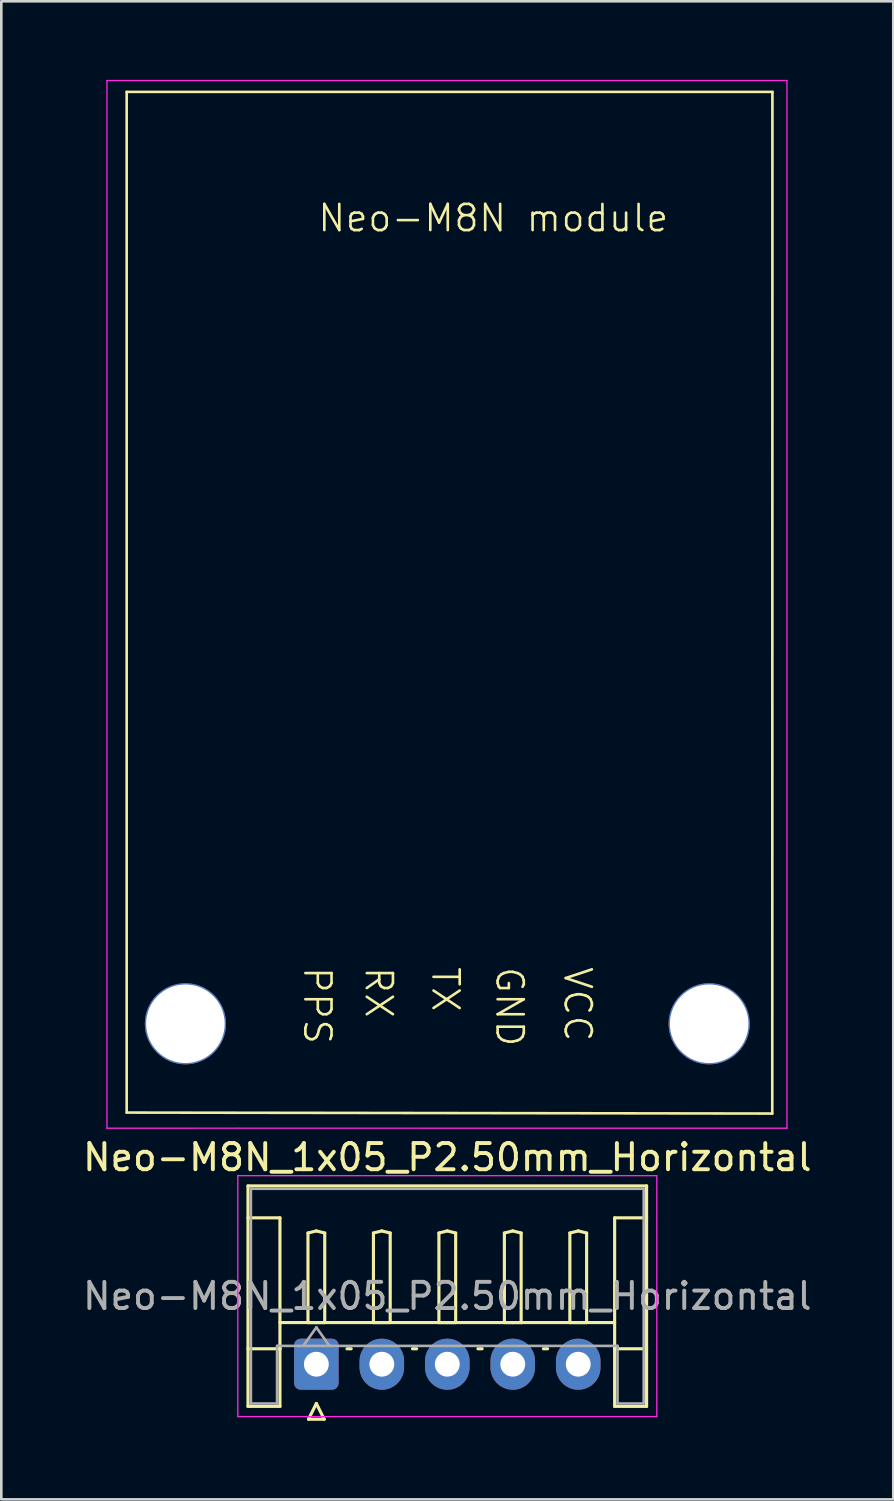
<source format=kicad_pcb>
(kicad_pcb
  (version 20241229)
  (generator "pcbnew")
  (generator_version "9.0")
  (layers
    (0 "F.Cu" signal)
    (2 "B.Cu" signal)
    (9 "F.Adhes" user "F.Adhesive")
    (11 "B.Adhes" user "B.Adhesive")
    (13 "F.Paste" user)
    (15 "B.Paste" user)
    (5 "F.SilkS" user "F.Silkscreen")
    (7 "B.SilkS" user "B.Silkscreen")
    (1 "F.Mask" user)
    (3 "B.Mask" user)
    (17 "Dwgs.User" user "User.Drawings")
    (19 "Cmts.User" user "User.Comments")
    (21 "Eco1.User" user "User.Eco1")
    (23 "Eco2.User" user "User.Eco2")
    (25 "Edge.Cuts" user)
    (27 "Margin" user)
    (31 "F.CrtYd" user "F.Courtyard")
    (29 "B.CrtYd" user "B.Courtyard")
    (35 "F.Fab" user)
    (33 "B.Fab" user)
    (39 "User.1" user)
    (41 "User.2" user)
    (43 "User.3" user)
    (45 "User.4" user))
  (footprint "Neo-M8N_1x05_P2.50mm_Horizontal"
    (layer "F.Cu")
    (at 9.03 49.043)
    (property "Reference" "Neo-M8N_1x05_P2.50mm_Horizontal" (at 5 -7.9 0) (layer "F.SilkS") (effects (font (size 1 1) (thickness 0.15))))
    (attr through_hole)
    (fp_line (start -7.243 -48.584) (end 17.415 -48.584) (stroke (width 0.1) (type default)) (layer "F.SilkS"))
    (fp_line (start -7.243 -9.609) (end -7.243 -48.584) (stroke (width 0.1) (type default)) (layer "F.SilkS"))
    (fp_line (start -2.61 -6.81) (end 12.61 -6.81) (stroke (width 0.12) (type solid)) (layer "F.SilkS"))
    (fp_line (start -2.61 -5.59) (end -1.39 -5.59) (stroke (width 0.12) (type solid)) (layer "F.SilkS"))
    (fp_line (start -2.61 1.61) (end -2.61 -6.81) (stroke (width 0.12) (type solid)) (layer "F.SilkS"))
    (fp_line (start -1.39 -5.59) (end -1.39 -0.59) (stroke (width 0.12) (type solid)) (layer "F.SilkS"))
    (fp_line (start -1.39 -1.59) (end 11.39 -1.59) (stroke (width 0.12) (type solid)) (layer "F.SilkS"))
    (fp_line (start -1.39 -0.59) (end -2.61 -0.59) (stroke (width 0.12) (type solid)) (layer "F.SilkS"))
    (fp_line (start -1.39 -0.59) (end -1.39 1.61) (stroke (width 0.12) (type solid)) (layer "F.SilkS"))
    (fp_line (start -1.39 1.61) (end -2.61 1.61) (stroke (width 0.12) (type solid)) (layer "F.SilkS"))
    (fp_line (start -0.32 -5.01) (end 0 -5.09) (stroke (width 0.12) (type solid)) (layer "F.SilkS"))
    (fp_line (start -0.32 -1.59) (end -0.32 -5.01) (stroke (width 0.12) (type solid)) (layer "F.SilkS"))
    (fp_line (start -0.3 2.1) (end 0.3 2.1) (stroke (width 0.12) (type solid)) (layer "F.SilkS"))
    (fp_line (start 0 -5.09) (end 0.32 -5.01) (stroke (width 0.12) (type solid)) (layer "F.SilkS"))
    (fp_line (start 0 -1.59) (end -0.32 -1.59) (stroke (width 0.12) (type solid)) (layer "F.SilkS"))
    (fp_line (start 0 1.5) (end -0.3 2.1) (stroke (width 0.12) (type solid)) (layer "F.SilkS"))
    (fp_line (start 0.3 2.1) (end 0 1.5) (stroke (width 0.12) (type solid)) (layer "F.SilkS"))
    (fp_line (start 0.32 -5.01) (end 0.32 -1.59) (stroke (width 0.12) (type solid)) (layer "F.SilkS"))
    (fp_line (start 0.32 -1.59) (end 0 -1.59) (stroke (width 0.12) (type solid)) (layer "F.SilkS"))
    (fp_line (start 1.17 -0.59) (end 1.33 -0.59) (stroke (width 0.12) (type solid)) (layer "F.SilkS"))
    (fp_line (start 2.18 -5.01) (end 2.5 -5.09) (stroke (width 0.12) (type solid)) (layer "F.SilkS"))
    (fp_line (start 2.18 -1.59) (end 2.18 -5.01) (stroke (width 0.12) (type solid)) (layer "F.SilkS"))
    (fp_line (start 2.5 -5.09) (end 2.82 -5.01) (stroke (width 0.12) (type solid)) (layer "F.SilkS"))
    (fp_line (start 2.5 -1.59) (end 2.18 -1.59) (stroke (width 0.12) (type solid)) (layer "F.SilkS"))
    (fp_line (start 2.82 -5.01) (end 2.82 -1.59) (stroke (width 0.12) (type solid)) (layer "F.SilkS"))
    (fp_line (start 2.82 -1.59) (end 2.5 -1.59) (stroke (width 0.12) (type solid)) (layer "F.SilkS"))
    (fp_line (start 3.67 -0.59) (end 3.83 -0.59) (stroke (width 0.12) (type solid)) (layer "F.SilkS"))
    (fp_line (start 4.68 -5.01) (end 5 -5.09) (stroke (width 0.12) (type solid)) (layer "F.SilkS"))
    (fp_line (start 4.68 -1.59) (end 4.68 -5.01) (stroke (width 0.12) (type solid)) (layer "F.SilkS"))
    (fp_line (start 5 -5.09) (end 5.32 -5.01) (stroke (width 0.12) (type solid)) (layer "F.SilkS"))
    (fp_line (start 5 -1.59) (end 4.68 -1.59) (stroke (width 0.12) (type solid)) (layer "F.SilkS"))
    (fp_line (start 5.32 -5.01) (end 5.32 -1.59) (stroke (width 0.12) (type solid)) (layer "F.SilkS"))
    (fp_line (start 5.32 -1.59) (end 5 -1.59) (stroke (width 0.12) (type solid)) (layer "F.SilkS"))
    (fp_line (start 6.17 -0.59) (end 6.33 -0.59) (stroke (width 0.12) (type solid)) (layer "F.SilkS"))
    (fp_line (start 7.18 -5.01) (end 7.5 -5.09) (stroke (width 0.12) (type solid)) (layer "F.SilkS"))
    (fp_line (start 7.18 -1.59) (end 7.18 -5.01) (stroke (width 0.12) (type solid)) (layer "F.SilkS"))
    (fp_line (start 7.5 -5.09) (end 7.82 -5.01) (stroke (width 0.12) (type solid)) (layer "F.SilkS"))
    (fp_line (start 7.5 -1.59) (end 7.18 -1.59) (stroke (width 0.12) (type solid)) (layer "F.SilkS"))
    (fp_line (start 7.82 -5.01) (end 7.82 -1.59) (stroke (width 0.12) (type solid)) (layer "F.SilkS"))
    (fp_line (start 7.82 -1.59) (end 7.5 -1.59) (stroke (width 0.12) (type solid)) (layer "F.SilkS"))
    (fp_line (start 8.67 -0.59) (end 8.83 -0.59) (stroke (width 0.12) (type solid)) (layer "F.SilkS"))
    (fp_line (start 9.68 -5.01) (end 10 -5.09) (stroke (width 0.12) (type solid)) (layer "F.SilkS"))
    (fp_line (start 9.68 -1.59) (end 9.68 -5.01) (stroke (width 0.12) (type solid)) (layer "F.SilkS"))
    (fp_line (start 10 -5.09) (end 10.32 -5.01) (stroke (width 0.12) (type solid)) (layer "F.SilkS"))
    (fp_line (start 10 -1.59) (end 9.68 -1.59) (stroke (width 0.12) (type solid)) (layer "F.SilkS"))
    (fp_line (start 10.32 -5.01) (end 10.32 -1.59) (stroke (width 0.12) (type solid)) (layer "F.SilkS"))
    (fp_line (start 10.32 -1.59) (end 10 -1.59) (stroke (width 0.12) (type solid)) (layer "F.SilkS"))
    (fp_line (start 11.39 -5.59) (end 11.39 -0.59) (stroke (width 0.12) (type solid)) (layer "F.SilkS"))
    (fp_line (start 11.39 -0.59) (end 12.61 -0.59) (stroke (width 0.12) (type solid)) (layer "F.SilkS"))
    (fp_line (start 11.39 1.61) (end 11.39 -0.59) (stroke (width 0.12) (type solid)) (layer "F.SilkS"))
    (fp_line (start 12.61 -6.81) (end 12.61 1.61) (stroke (width 0.12) (type solid)) (layer "F.SilkS"))
    (fp_line (start 12.61 -5.59) (end 11.39 -5.59) (stroke (width 0.12) (type solid)) (layer "F.SilkS"))
    (fp_line (start 12.61 1.61) (end 11.39 1.61) (stroke (width 0.12) (type solid)) (layer "F.SilkS"))
    (fp_line (start 17.409 -9.572) (end -7.243 -9.609) (stroke (width 0.1) (type default)) (layer "F.SilkS"))
    (fp_line (start 17.415 -48.584) (end 17.409 -9.572) (stroke (width 0.1) (type default)) (layer "F.SilkS"))
    (fp_line (start -7.996 -49.018) (end 17.97 -49.018) (stroke (width 0.05) (type default)) (layer "F.CrtYd"))
    (fp_line (start -7.996 -9.012) (end -7.996 -49.018) (stroke (width 0.05) (type default)) (layer "F.CrtYd"))
    (fp_line (start -3 -7.2) (end -3 2) (stroke (width 0.05) (type solid)) (layer "F.CrtYd"))
    (fp_line (start -3 2) (end 13 2) (stroke (width 0.05) (type solid)) (layer "F.CrtYd"))
    (fp_line (start -2.998 -9.014) (end -7.996 -9.012) (stroke (width 0.05) (type default)) (layer "F.CrtYd"))
    (fp_line (start -2.998 -9.014) (end 17.97 -9.012) (stroke (width 0.05) (type default)) (layer "F.CrtYd"))
    (fp_line (start 13 -7.2) (end -3 -7.2) (stroke (width 0.05) (type solid)) (layer "F.CrtYd"))
    (fp_line (start 13 2) (end 13 -7.2) (stroke (width 0.05) (type solid)) (layer "F.CrtYd"))
    (fp_line (start 17.97 -9.012) (end 17.97 -49.018) (stroke (width 0.05) (type default)) (layer "F.CrtYd"))
    (fp_line (start -2.5 -6.7) (end 12.5 -6.7) (stroke (width 0.1) (type solid)) (layer "F.Fab"))
    (fp_line (start -2.5 1.5) (end -2.5 -6.7) (stroke (width 0.1) (type solid)) (layer "F.Fab"))
    (fp_line (start -1.5 -0.7) (end -1.5 1.5) (stroke (width 0.1) (type solid)) (layer "F.Fab"))
    (fp_line (start -1.5 1.5) (end -2.5 1.5) (stroke (width 0.1) (type solid)) (layer "F.Fab"))
    (fp_line (start -0.5 -0.7) (end 0 -1.407) (stroke (width 0.1) (type solid)) (layer "F.Fab"))
    (fp_line (start 0 -1.407) (end 0.5 -0.7) (stroke (width 0.1) (type solid)) (layer "F.Fab"))
    (fp_line (start 11.5 -0.7) (end -1.5 -0.7) (stroke (width 0.1) (type solid)) (layer "F.Fab"))
    (fp_line (start 11.5 1.5) (end 11.5 -0.7) (stroke (width 0.1) (type solid)) (layer "F.Fab"))
    (fp_line (start 12.5 -6.7) (end 12.5 1.5) (stroke (width 0.1) (type solid)) (layer "F.Fab"))
    (fp_line (start 12.5 1.5) (end 11.5 1.5) (stroke (width 0.1) (type solid)) (layer "F.Fab"))
    (fp_text user "GND" (at 6.794 -15.24 270) (unlocked yes) (layer "F.SilkS") (effects (font (size 1 1) (thickness 0.1)) (justify left bottom)))
    (fp_text user "PPS" (at -0.548 -15.24 270) (unlocked yes) (layer "F.SilkS") (effects (font (size 1 1) (thickness 0.1)) (justify left bottom)))
    (fp_text user "RX" (at 1.797 -15.24 270) (unlocked yes) (layer "F.SilkS") (effects (font (size 1 1) (thickness 0.1)) (justify left bottom)))
    (fp_text user "TX" (at 4.346 -15.24 270) (unlocked yes) (layer "F.SilkS") (effects (font (size 1 1) (thickness 0.1)) (justify left bottom)))
    (fp_text user "VCC" (at 9.394 -15.24 270) (unlocked yes) (layer "F.SilkS") (effects (font (size 1 1) (thickness 0.1)) (justify left bottom)))
    (fp_text user "Neo-M8N module" (at 0 -43.18 0) (unlocked yes) (layer "F.SilkS") (effects (font (size 1 1) (thickness 0.1)) (justify left bottom)))
    (fp_text user "${REFERENCE}" (at 5 -2.6 0) (layer "F.Fab") (effects (font (size 1 1) (thickness 0.15))))
    (pad "1" thru_hole roundrect (at 0 0) (size 1.7 1.95) (drill 0.95) (layers "*.Cu" "*.Mask") (roundrect_rratio 0.147))
    (pad "2" thru_hole oval (at 2.5 0) (size 1.7 1.95) (drill 0.95) (layers "*.Cu" "*.Mask"))
    (pad "3" thru_hole oval (at 5 0) (size 1.7 1.95) (drill 0.95) (layers "*.Cu" "*.Mask"))
    (pad "4" thru_hole oval (at 7.5 0) (size 1.7 1.95) (drill 0.95) (layers "*.Cu" "*.Mask"))
    (pad "5" thru_hole oval (at 10 0) (size 1.7 1.95) (drill 0.95) (layers "*.Cu" "*.Mask"))
    (pad "TH" thru_hole circle (at -5 -13) (size 3.1 3.1) (drill 3) (layers "*.Cu" "*.Mask"))
    (pad "TH" thru_hole circle (at 15 -13) (size 3.1 3.1) (drill 3) (layers "*.Cu" "*.Mask")))
  (gr_rect
    (start -3 -3)
    (end 31.06 54.203)
    (stroke (width 0.1) (type default))
    (fill no)
    (layer "Edge.Cuts")))
</source>
